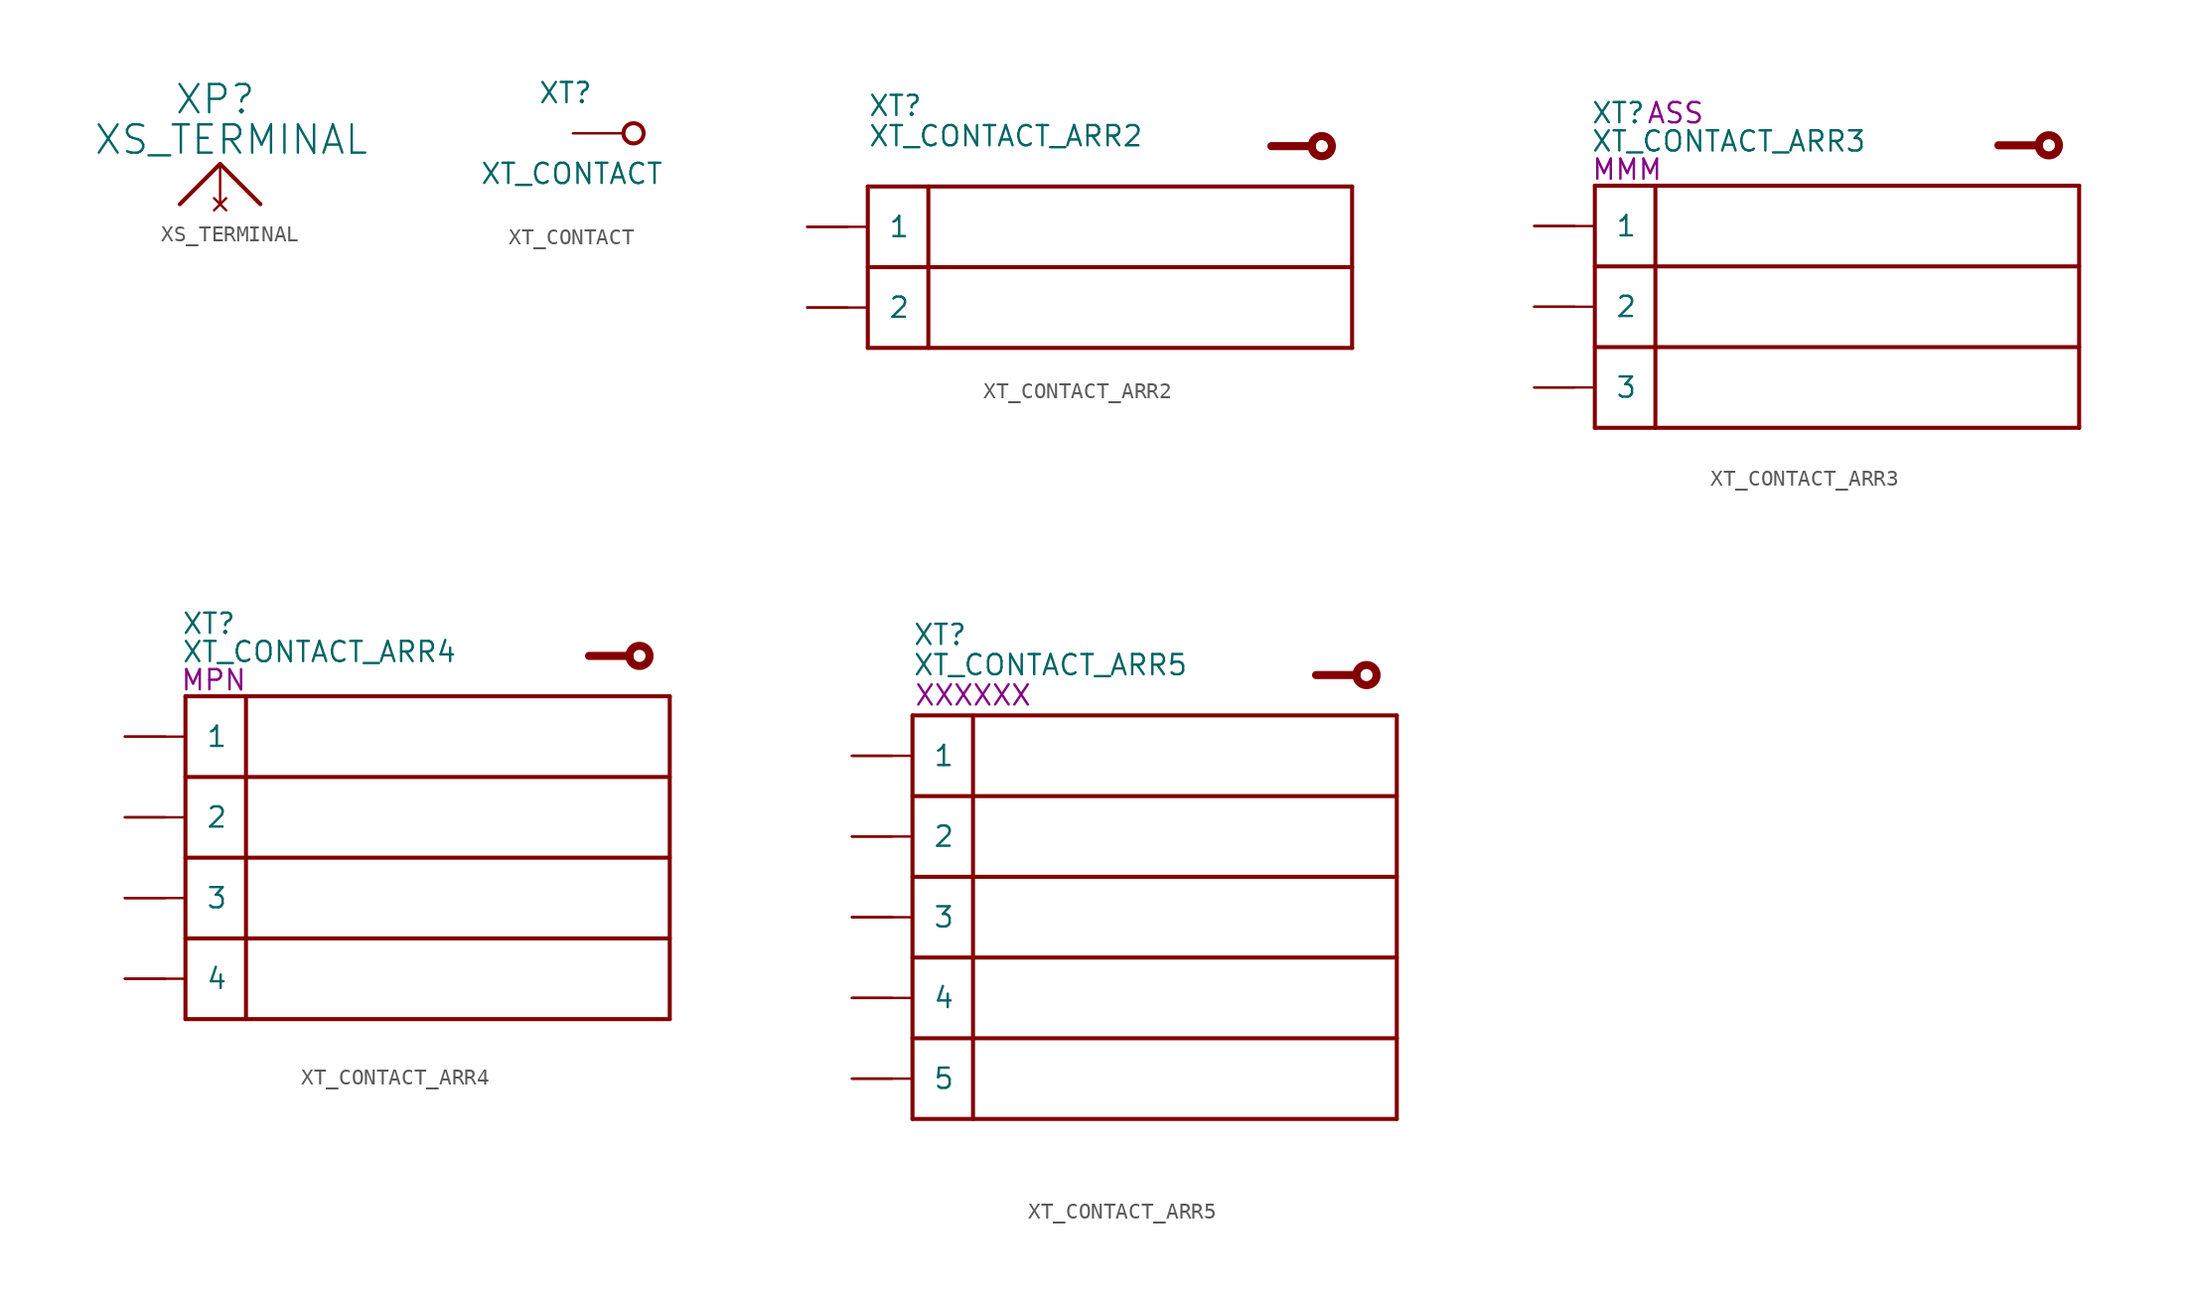
<source format=kicad_sym>
(kicad_symbol_lib
  (version 20211014)
  (generator kicad_symbol_editor)
  (symbol "XS_TERMINAL"
    (pin_names
      (offset 0))
    (property "Reference" "XP"
      (at 2.286 6.604 0)
      (effects (font (size 1.778 1.778)) (justify right)))
    (property "Value" "XS_TERMINAL"
      (at 9.398 4.064 0)
      (effects (font (size 1.778 1.778)) (justify right)))
    (symbol "XS_TERMINAL_0_0"
      (polyline (pts (xy -2.54 0) (xy 0 2.54) (xy 2.54 0)) (stroke (width 0.254) (type default) (color 0 0 0 0)) (fill (type none))))
    (symbol "XS_TERMINAL_1_1"
      (pin no_connect line (at 0 0 90) (length 2.54) (name "~" (effects (font (size 1.27 1.27)))) (number "" (effects (font (size 1.27 1.27)))))))
  (symbol "XT_CONTACT"
    (pin_names
      (offset 0))
    (property "Reference" "XT"
      (at 1.27 2.54 0)
      (effects (font (size 1.27 1.27)) (justify right)))
    (property "Value" "XT_CONTACT"
      (at 5.715 -2.54 0)
      (effects (font (size 1.27 1.27)) (justify right)))
    (property "MPN" ""
      (at 0 -4.445 0)
      (effects (font (size 1.27 1.27))))
    (property "Assembly" ""
      (at 3.81 2.54 0)
      (effects (font (size 1.27 1.27))))
    (property "LCSC" ""
      (at 0 0 0)
      (effects (font (size 1.27 1.27))))
    (symbol "XT_CONTACT_0_1"
      (polyline (pts (xy 0 0) (xy 3.175 0)) (stroke (width 0) (type default) (color 0 0 0 0)) (fill (type none)))
      (circle (center 3.81 0) (radius 0.635) (stroke (width 0.254) (type default) (color 0 0 0 0)) (fill (type none))))
    (symbol "XT_CONTACT_1_1"
      (pin passive line (at 0 0 0) (length 2.54) hide (name "~" (effects (font (size 1.27 1.27)))) (number "1" (effects (font (size 1.27 1.27)))))))
  (symbol "XT_CONTACT_ARR2"
    (pin_numbers hide)
    (pin_names
      (offset 2.54))
    (property "Reference" "XT"
      (at -13.97 10.16 0)
      (effects (font (size 1.27 1.27)) (justify left)))
    (property "Value" "XT_CONTACT_ARR2"
      (at -13.97 8.255 0)
      (effects (font (size 1.27 1.27)) (justify left)))
    (property "MPN" ""
      (at -12.065 6.35 0)
      (effects (font (size 1.27 1.27))))
    (property "Assembly" ""
      (at -8.89 10.16 0)
      (effects (font (size 1.27 1.27))))
    (property "LCSC" ""
      (at 0 0 0)
      (effects (font (size 1.27 1.27))))
    (symbol "XT_CONTACT_ARR2_0_1"
      (polyline (pts (xy -17.78 -2.54) (xy -13.97 -2.54)) (stroke (width 0) (type default) (color 0 0 0 0)) (fill (type none)))
      (polyline (pts (xy -17.78 2.54) (xy -13.97 2.54)) (stroke (width 0) (type default) (color 0 0 0 0)) (fill (type none)))
      (polyline (pts (xy -13.97 -5.08) (xy 16.51 -5.08)) (stroke (width 0.254) (type default) (color 0 0 0 0)) (fill (type none)))
      (polyline (pts (xy -13.97 0) (xy 16.51 0)) (stroke (width 0.254) (type default) (color 0 0 0 0)) (fill (type none)))
      (polyline (pts (xy -13.97 5.08) (xy -13.97 -5.08)) (stroke (width 0.254) (type default) (color 0 0 0 0)) (fill (type none)))
      (polyline (pts (xy -13.97 5.08) (xy 16.51 5.08)) (stroke (width 0.254) (type default) (color 0 0 0 0)) (fill (type none)))
      (polyline (pts (xy -10.16 5.08) (xy -10.16 -5.08)) (stroke (width 0.254) (type default) (color 0 0 0 0)) (fill (type none)))
      (polyline (pts (xy 13.97 7.62) (xy 11.43 7.62)) (stroke (width 0.508) (type default) (color 0 0 0 0)) (fill (type none)))
      (polyline (pts (xy 16.51 5.08) (xy 16.51 -5.08)) (stroke (width 0.254) (type default) (color 0 0 0 0)) (fill (type none)))
      (circle (center 14.605 7.62) (radius 0.635) (stroke (width 0.508) (type default) (color 0 0 0 0)) (fill (type none))))
    (symbol "XT_CONTACT_ARR2_1_1"
      (pin passive line (at -17.78 2.54 0) (length 2.54) (name "1" (effects (font (size 1.27 1.27)))) (number "1" (effects (font (size 1.27 1.27)))))
      (pin passive line (at -17.78 -2.54 0) (length 2.54) (name "2" (effects (font (size 1.27 1.27)))) (number "2" (effects (font (size 1.27 1.27)))))))
  (symbol "XT_CONTACT_ARR3"
    (pin_numbers hide)
    (pin_names
      (offset 2.54))
    (property "Reference" "XT"
      (at -14.224 12.192 0)
      (effects (font (size 1.27 1.27)) (justify left)))
    (property "Value" "XT_CONTACT_ARR3"
      (at -14.224 10.414 0)
      (effects (font (size 1.27 1.27)) (justify left)))
    (property "MPN" "MMM"
      (at -11.938 8.636 0)
      (effects (font (size 1.27 1.27))))
    (property "Assembly" "ASS"
      (at -8.89 12.192 0)
      (effects (font (size 1.27 1.27))))
    (property "LCSC" ""
      (at 0 0 0)
      (effects (font (size 1.27 1.27))))
    (symbol "XT_CONTACT_ARR3_0_1"
      (polyline (pts (xy -17.78 -5.08) (xy -13.97 -5.08)) (stroke (width 0) (type default) (color 0 0 0 0)) (fill (type none)))
      (polyline (pts (xy -17.78 0) (xy -13.97 0)) (stroke (width 0) (type default) (color 0 0 0 0)) (fill (type none)))
      (polyline (pts (xy -17.78 5.08) (xy -13.97 5.08)) (stroke (width 0) (type default) (color 0 0 0 0)) (fill (type none)))
      (polyline (pts (xy -13.97 -7.62) (xy 16.51 -7.62)) (stroke (width 0.254) (type default) (color 0 0 0 0)) (fill (type none)))
      (polyline (pts (xy -13.97 -2.54) (xy 16.51 -2.54)) (stroke (width 0.254) (type default) (color 0 0 0 0)) (fill (type none)))
      (polyline (pts (xy -13.97 7.62) (xy -13.97 -7.62)) (stroke (width 0.254) (type default) (color 0 0 0 0)) (fill (type none)))
      (polyline (pts (xy -13.97 7.62) (xy 16.51 7.62)) (stroke (width 0.254) (type default) (color 0 0 0 0)) (fill (type none)))
      (polyline (pts (xy -10.16 7.62) (xy -10.16 -7.62)) (stroke (width 0.254) (type default) (color 0 0 0 0)) (fill (type none)))
      (polyline (pts (xy 13.97 10.16) (xy 11.43 10.16)) (stroke (width 0.508) (type default) (color 0 0 0 0)) (fill (type none)))
      (polyline (pts (xy 16.51 7.62) (xy 16.51 -7.62)) (stroke (width 0.254) (type default) (color 0 0 0 0)) (fill (type none)))
      (circle (center 14.605 10.16) (radius 0.635) (stroke (width 0.508) (type default) (color 0 0 0 0)) (fill (type none))))
    (symbol "XT_CONTACT_ARR3_1_1"
      (polyline (pts (xy -13.97 2.54) (xy 16.51 2.54)) (stroke (width 0.254) (type default) (color 0 0 0 0)) (fill (type none)))
      (pin passive line (at -17.78 5.08 0) (length 2.54) (name "1" (effects (font (size 1.27 1.27)))) (number "1" (effects (font (size 1.27 1.27)))))
      (pin passive line (at -17.78 0 0) (length 2.54) (name "2" (effects (font (size 1.27 1.27)))) (number "2" (effects (font (size 1.27 1.27)))))
      (pin passive line (at -17.78 -5.08 0) (length 2.54) (name "3" (effects (font (size 1.27 1.27)))) (number "3" (effects (font (size 1.27 1.27)))))))
  (symbol "XT_CONTACT_ARR4"
    (pin_numbers hide)
    (pin_names
      (offset 2.54))
    (property "Reference" "XT"
      (at -14.224 14.732 0)
      (effects (font (size 1.27 1.27)) (justify left)))
    (property "Value" "XT_CONTACT_ARR4"
      (at -14.224 12.954 0)
      (effects (font (size 1.27 1.27)) (justify left)))
    (property "MPN" "MPN"
      (at -12.192 11.176 0)
      (effects (font (size 1.27 1.27))))
    (property "Assembly" ""
      (at -9.144 14.732 0)
      (effects (font (size 1.27 1.27))))
    (symbol "XT_CONTACT_ARR4_0_1"
      (polyline (pts (xy -17.78 -7.62) (xy -13.97 -7.62)) (stroke (width 0) (type default) (color 0 0 0 0)) (fill (type none)))
      (polyline (pts (xy -17.78 -2.54) (xy -13.97 -2.54)) (stroke (width 0) (type default) (color 0 0 0 0)) (fill (type none)))
      (polyline (pts (xy -17.78 2.54) (xy -13.97 2.54)) (stroke (width 0) (type default) (color 0 0 0 0)) (fill (type none)))
      (polyline (pts (xy -17.78 7.62) (xy -13.97 7.62)) (stroke (width 0) (type default) (color 0 0 0 0)) (fill (type none)))
      (polyline (pts (xy -13.97 -10.16) (xy 16.51 -10.16)) (stroke (width 0.254) (type default) (color 0 0 0 0)) (fill (type none)))
      (polyline (pts (xy -13.97 -5.08) (xy 16.51 -5.08)) (stroke (width 0.254) (type default) (color 0 0 0 0)) (fill (type none)))
      (polyline (pts (xy -13.97 0) (xy 16.51 0)) (stroke (width 0.254) (type default) (color 0 0 0 0)) (fill (type none)))
      (polyline (pts (xy -13.97 5.08) (xy 16.51 5.08)) (stroke (width 0.254) (type default) (color 0 0 0 0)) (fill (type none)))
      (polyline (pts (xy -13.97 10.16) (xy -13.97 -10.16)) (stroke (width 0.254) (type default) (color 0 0 0 0)) (fill (type none)))
      (polyline (pts (xy -13.97 10.16) (xy 16.51 10.16)) (stroke (width 0.254) (type default) (color 0 0 0 0)) (fill (type none)))
      (polyline (pts (xy -10.16 10.16) (xy -10.16 -10.16)) (stroke (width 0.254) (type default) (color 0 0 0 0)) (fill (type none)))
      (polyline (pts (xy 13.97 12.7) (xy 11.43 12.7)) (stroke (width 0.508) (type default) (color 0 0 0 0)) (fill (type none)))
      (polyline (pts (xy 16.51 10.16) (xy 16.51 -10.16)) (stroke (width 0.254) (type default) (color 0 0 0 0)) (fill (type none)))
      (circle (center 14.605 12.7) (radius 0.635) (stroke (width 0.508) (type default) (color 0 0 0 0)) (fill (type none))))
    (symbol "XT_CONTACT_ARR4_1_1"
      (pin passive line (at -17.78 7.62 0) (length 2.54) (name "1" (effects (font (size 1.27 1.27)))) (number "1" (effects (font (size 1.27 1.27)))))
      (pin passive line (at -17.78 2.54 0) (length 2.54) (name "2" (effects (font (size 1.27 1.27)))) (number "2" (effects (font (size 1.27 1.27)))))
      (pin passive line (at -17.78 -2.54 0) (length 2.54) (name "3" (effects (font (size 1.27 1.27)))) (number "3" (effects (font (size 1.27 1.27)))))
      (pin passive line (at -17.78 -7.62 0) (length 2.54) (name "4" (effects (font (size 1.27 1.27)))) (number "4" (effects (font (size 1.27 1.27)))))))
  (symbol "XT_CONTACT_ARR5"
    (pin_numbers hide)
    (pin_names
      (offset 2.54))
    (property "Reference" "XT"
      (at -13.97 15.24 0)
      (effects (font (size 1.27 1.27)) (justify left)))
    (property "Value" "XT_CONTACT_ARR5"
      (at -13.97 13.335 0)
      (effects (font (size 1.27 1.27)) (justify left)))
    (property "Case/Package" ""
      (at 0 0 0)
      (effects (font (size 1.27 1.27))))
    (property "MPN" "XXXXXX"
      (at -10.16 11.43 0)
      (effects (font (size 1.27 1.27))))
    (property "Assembly" ""
      (at -12.065 -16.51 0)
      (effects (font (size 1.27 1.27))))
    (symbol "XT_CONTACT_ARR5_0_1"
      (polyline (pts (xy -17.78 -7.62) (xy -13.97 -7.62)) (stroke (width 0) (type default) (color 0 0 0 0)) (fill (type none)))
      (polyline (pts (xy -17.78 -2.54) (xy -13.97 -2.54)) (stroke (width 0) (type default) (color 0 0 0 0)) (fill (type none)))
      (polyline (pts (xy -17.78 2.54) (xy -13.97 2.54)) (stroke (width 0) (type default) (color 0 0 0 0)) (fill (type none)))
      (polyline (pts (xy -17.78 7.62) (xy -13.97 7.62)) (stroke (width 0) (type default) (color 0 0 0 0)) (fill (type none)))
      (polyline (pts (xy -13.97 -10.16) (xy -13.97 -15.24)) (stroke (width 0.254) (type default) (color 0 0 0 0)) (fill (type none)))
      (polyline (pts (xy -13.97 -10.16) (xy 16.51 -10.16)) (stroke (width 0.254) (type default) (color 0 0 0 0)) (fill (type none)))
      (polyline (pts (xy -13.97 -5.08) (xy 16.51 -5.08)) (stroke (width 0.254) (type default) (color 0 0 0 0)) (fill (type none)))
      (polyline (pts (xy -13.97 0) (xy 16.51 0)) (stroke (width 0.254) (type default) (color 0 0 0 0)) (fill (type none)))
      (polyline (pts (xy -13.97 5.08) (xy 16.51 5.08)) (stroke (width 0.254) (type default) (color 0 0 0 0)) (fill (type none)))
      (polyline (pts (xy -13.97 10.16) (xy -13.97 -10.16)) (stroke (width 0.254) (type default) (color 0 0 0 0)) (fill (type none)))
      (polyline (pts (xy -13.97 10.16) (xy 16.51 10.16)) (stroke (width 0.254) (type default) (color 0 0 0 0)) (fill (type none)))
      (polyline (pts (xy -10.16 -10.16) (xy -10.16 -15.24)) (stroke (width 0.254) (type default) (color 0 0 0 0)) (fill (type none)))
      (polyline (pts (xy -10.16 10.16) (xy -10.16 -10.16)) (stroke (width 0.254) (type default) (color 0 0 0 0)) (fill (type none)))
      (polyline (pts (xy 13.97 12.7) (xy 11.43 12.7)) (stroke (width 0.508) (type default) (color 0 0 0 0)) (fill (type none)))
      (polyline (pts (xy 16.51 -15.24) (xy -13.97 -15.24)) (stroke (width 0.254) (type default) (color 0 0 0 0)) (fill (type none)))
      (polyline (pts (xy 16.51 -15.24) (xy 16.51 -10.16)) (stroke (width 0.254) (type default) (color 0 0 0 0)) (fill (type none)))
      (polyline (pts (xy 16.51 10.16) (xy 16.51 -10.16)) (stroke (width 0.254) (type default) (color 0 0 0 0)) (fill (type none)))
      (circle (center 14.605 12.7) (radius 0.635) (stroke (width 0.508) (type default) (color 0 0 0 0)) (fill (type none))))
    (symbol "XT_CONTACT_ARR5_1_1"
      (polyline (pts (xy -17.78 -12.7) (xy -13.97 -12.7)) (stroke (width 0) (type default) (color 0 0 0 0)) (fill (type none)))
      (pin passive line (at -17.78 7.62 0) (length 2.54) (name "1" (effects (font (size 1.27 1.27)))) (number "1" (effects (font (size 1.27 1.27)))))
      (pin passive line (at -17.78 2.54 0) (length 2.54) (name "2" (effects (font (size 1.27 1.27)))) (number "2" (effects (font (size 1.27 1.27)))))
      (pin passive line (at -17.78 -2.54 0) (length 2.54) (name "3" (effects (font (size 1.27 1.27)))) (number "3" (effects (font (size 1.27 1.27)))))
      (pin passive line (at -17.78 -7.62 0) (length 2.54) (name "4" (effects (font (size 1.27 1.27)))) (number "4" (effects (font (size 1.27 1.27)))))
      (pin passive line (at -17.78 -12.7 0) (length 2.54) (name "5" (effects (font (size 1.27 1.27)))) (number "5" (effects (font (size 1.27 1.27))))))))
</source>
